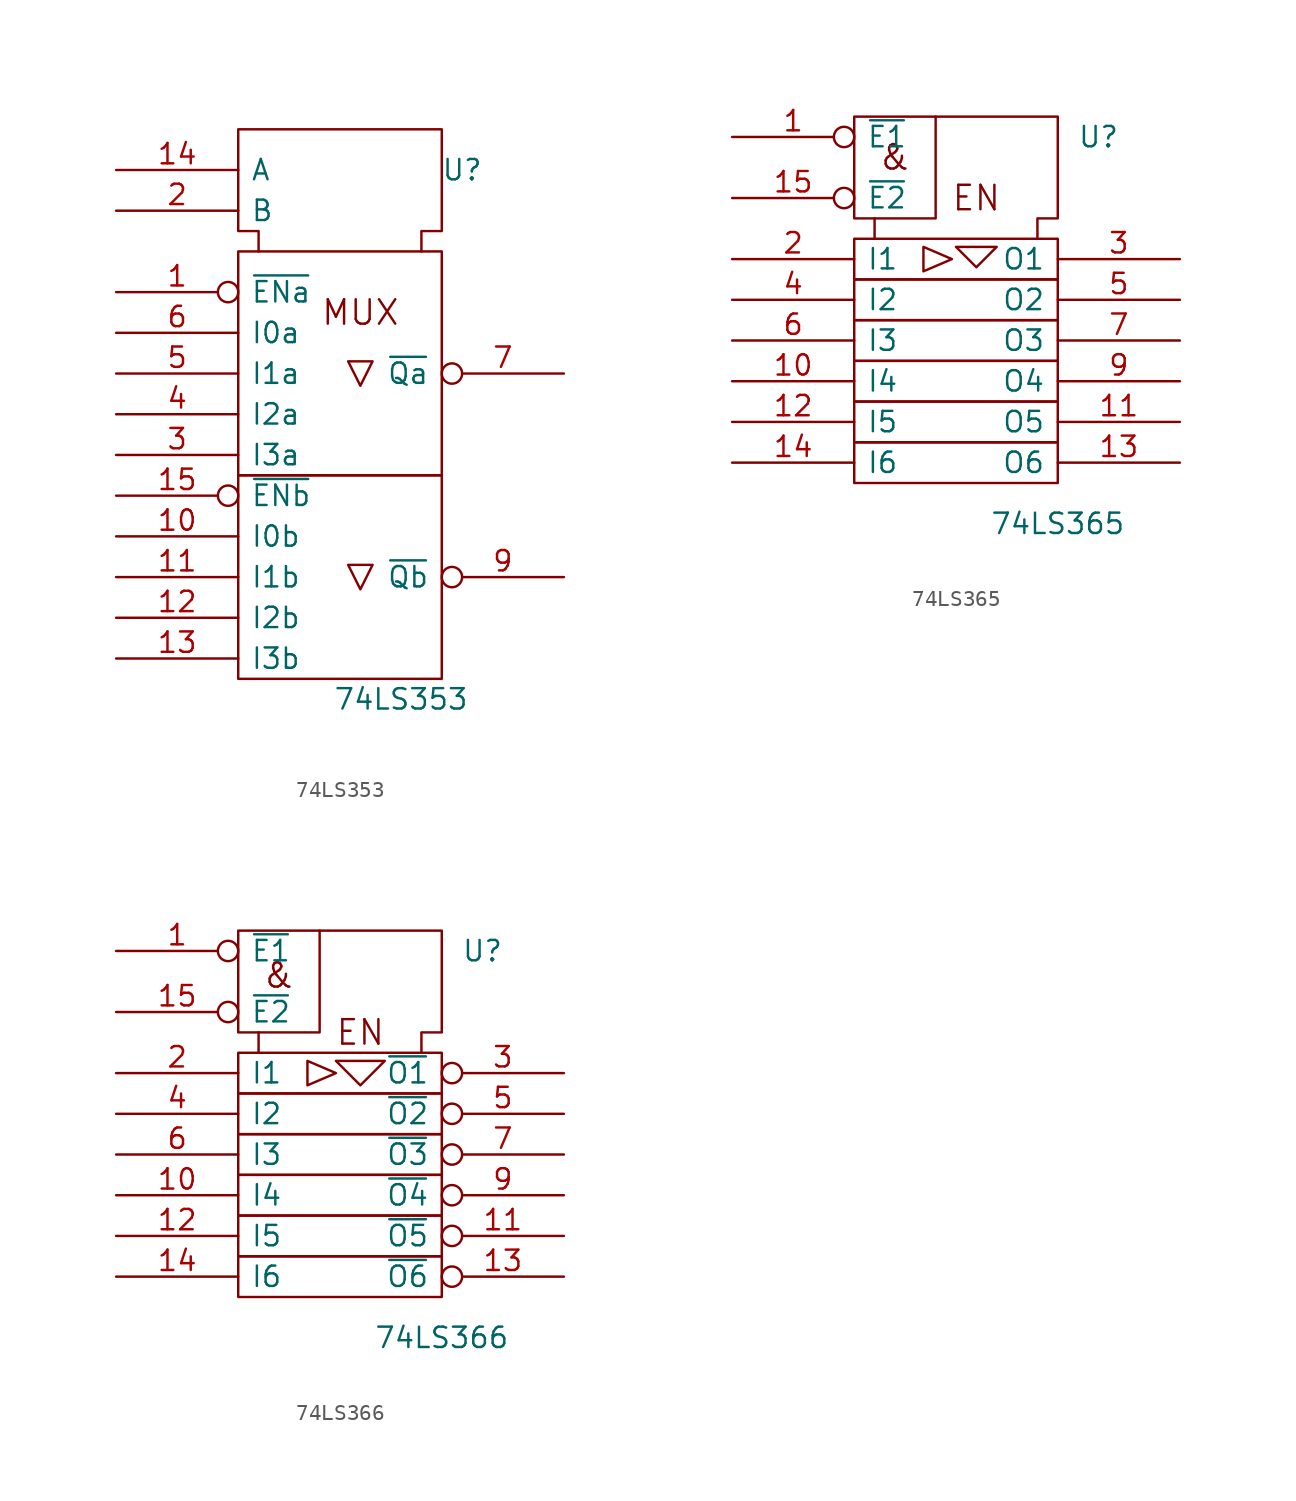
<source format=kicad_sym>
(kicad_symbol_lib
  (version 20201005)
  (generator kicad_symbol_editor)
  (symbol "74xx_IEEE:74LS353"
    (pin_names
      (offset 0.762))
    (property "Reference" "U"
      (at 7.62 16.51 0)
      (effects (font (size 1.27 1.27))))
    (property "Value" "74LS353"
      (at 3.81 -16.51 0)
      (effects (font (size 1.27 1.27))))
    (symbol "74LS353_0_0"
      (text "MUX" (at 1.27 7.62 0) (effects (font (size 1.524 1.524))))
      (rectangle (start -6.35 -2.54) (end 6.35 -15.24) (stroke (width 0)) (fill (type none)))
      (rectangle (start -6.35 11.43) (end 6.35 -2.54) (stroke (width 0)) (fill (type none)))
      (polyline (pts (xy 2.032 -8.128) (xy 0.508 -8.128) (xy 1.27 -9.652) (xy 2.032 -8.128) (xy 2.032 -8.128)) (stroke (width 0)) (fill (type none)))
      (polyline (pts (xy 2.032 4.572) (xy 0.508 4.572) (xy 1.27 3.048) (xy 2.032 4.572) (xy 2.032 4.572)) (stroke (width 0)) (fill (type none)))
      (polyline (pts (xy -5.08 11.43) (xy -5.08 12.7) (xy -6.35 12.7) (xy -6.35 19.05) (xy 6.35 19.05) (xy 6.35 12.7) (xy 5.08 12.7) (xy 5.08 11.43) (xy 5.08 11.43)) (stroke (width 0)) (fill (type none)))
      (pin power_in line (at 3.81 19.05 270) (length 0) hide (name "VCC" (effects (font (size 1.27 1.27)))) (number "16" (effects (font (size 1.27 1.27)))))
      (pin power_in line (at 0 19.05 270) (length 0) hide (name "GND" (effects (font (size 1.27 1.27)))) (number "8" (effects (font (size 1.27 1.27))))))
    (symbol "74LS353_1_1"
      (pin input inverted (at -13.97 8.89 0) (length 7.62) (name "~ENa" (effects (font (size 1.27 1.27)))) (number "1" (effects (font (size 1.27 1.27)))))
      (pin input line (at -13.97 -6.35 0) (length 7.62) (name "I0b" (effects (font (size 1.27 1.27)))) (number "10" (effects (font (size 1.27 1.27)))))
      (pin input line (at -13.97 -8.89 0) (length 7.62) (name "I1b" (effects (font (size 1.27 1.27)))) (number "11" (effects (font (size 1.27 1.27)))))
      (pin input line (at -13.97 -11.43 0) (length 7.62) (name "I2b" (effects (font (size 1.27 1.27)))) (number "12" (effects (font (size 1.27 1.27)))))
      (pin input line (at -13.97 -13.97 0) (length 7.62) (name "I3b" (effects (font (size 1.27 1.27)))) (number "13" (effects (font (size 1.27 1.27)))))
      (pin input line (at -13.97 16.51 0) (length 7.62) (name "A" (effects (font (size 1.27 1.27)))) (number "14" (effects (font (size 1.27 1.27)))))
      (pin input inverted (at -13.97 -3.81 0) (length 7.62) (name "~ENb" (effects (font (size 1.27 1.27)))) (number "15" (effects (font (size 1.27 1.27)))))
      (pin input line (at -13.97 13.97 0) (length 7.62) (name "B" (effects (font (size 1.27 1.27)))) (number "2" (effects (font (size 1.27 1.27)))))
      (pin input line (at -13.97 -1.27 0) (length 7.62) (name "I3a" (effects (font (size 1.27 1.27)))) (number "3" (effects (font (size 1.27 1.27)))))
      (pin input line (at -13.97 1.27 0) (length 7.62) (name "I2a" (effects (font (size 1.27 1.27)))) (number "4" (effects (font (size 1.27 1.27)))))
      (pin input line (at -13.97 3.81 0) (length 7.62) (name "I1a" (effects (font (size 1.27 1.27)))) (number "5" (effects (font (size 1.27 1.27)))))
      (pin input line (at -13.97 6.35 0) (length 7.62) (name "I0a" (effects (font (size 1.27 1.27)))) (number "6" (effects (font (size 1.27 1.27)))))
      (pin tri_state inverted (at 13.97 3.81 180) (length 7.62) (name "~Qa" (effects (font (size 1.27 1.27)))) (number "7" (effects (font (size 1.27 1.27)))))
      (pin tri_state inverted (at 13.97 -8.89 180) (length 7.62) (name "~Qb" (effects (font (size 1.27 1.27)))) (number "9" (effects (font (size 1.27 1.27)))))))
  (symbol "74xx_IEEE:74LS365"
    (pin_names
      (offset 0.762))
    (property "Reference" "U"
      (at 8.89 12.7 0)
      (effects (font (size 1.27 1.27))))
    (property "Value" "74LS365"
      (at 6.35 -11.43 0)
      (effects (font (size 1.27 1.27))))
    (symbol "74LS365_0_0"
      (text "&" (at -3.81 11.43 0) (effects (font (size 1.524 1.524))))
      (text "EN" (at 1.27 8.89 0) (effects (font (size 1.524 1.524))))
      (polyline (pts (xy -2.032 5.842) (xy -2.032 4.318) (xy -0.254 5.08) (xy -2.032 5.842) (xy -2.032 5.842)) (stroke (width 0)) (fill (type none)))
      (pin power_in line (at 1.27 13.97 270) (length 0) hide (name "GND" (effects (font (size 1.27 1.27)))) (number "8" (effects (font (size 1.27 1.27))))))
    (symbol "74LS365_0_1"
      (rectangle (start -6.35 -6.35) (end 6.35 -8.89) (stroke (width 0)) (fill (type none)))
      (rectangle (start -6.35 -3.81) (end 6.35 -6.35) (stroke (width 0)) (fill (type none)))
      (rectangle (start -6.35 -1.27) (end 6.35 -3.81) (stroke (width 0)) (fill (type none)))
      (rectangle (start -6.35 1.27) (end 6.35 -1.27) (stroke (width 0)) (fill (type none)))
      (rectangle (start -6.35 3.81) (end 6.35 1.27) (stroke (width 0)) (fill (type none)))
      (rectangle (start -6.35 6.35) (end 6.35 3.81) (stroke (width 0)) (fill (type none)))
      (polyline (pts (xy -1.27 13.97) (xy -1.27 7.62) (xy -5.08 7.62) (xy -5.08 7.62)) (stroke (width 0)) (fill (type none)))
      (polyline (pts (xy 0 5.842) (xy 2.54 5.842) (xy 1.27 4.572) (xy 0 5.842) (xy 0 5.842)) (stroke (width 0)) (fill (type none)))
      (polyline (pts (xy -5.08 6.35) (xy -5.08 7.62) (xy -6.35 7.62) (xy -6.35 13.97) (xy 6.35 13.97) (xy 6.35 7.62) (xy 5.08 7.62) (xy 5.08 6.35) (xy 5.08 6.35)) (stroke (width 0)) (fill (type none)))
      (pin power_in line (at 5.08 13.97 270) (length 0) hide (name "VCC" (effects (font (size 1.27 1.27)))) (number "16" (effects (font (size 1.27 1.27))))))
    (symbol "74LS365_1_1"
      (pin input inverted (at -13.97 12.7 0) (length 7.62) (name "~E1" (effects (font (size 1.27 1.27)))) (number "1" (effects (font (size 1.27 1.27)))))
      (pin input line (at -13.97 -2.54 0) (length 7.62) (name "I4" (effects (font (size 1.27 1.27)))) (number "10" (effects (font (size 1.27 1.27)))))
      (pin tri_state line (at 13.97 -5.08 180) (length 7.62) (name "O5" (effects (font (size 1.27 1.27)))) (number "11" (effects (font (size 1.27 1.27)))))
      (pin input line (at -13.97 -5.08 0) (length 7.62) (name "I5" (effects (font (size 1.27 1.27)))) (number "12" (effects (font (size 1.27 1.27)))))
      (pin tri_state line (at 13.97 -7.62 180) (length 7.62) (name "O6" (effects (font (size 1.27 1.27)))) (number "13" (effects (font (size 1.27 1.27)))))
      (pin input line (at -13.97 -7.62 0) (length 7.62) (name "I6" (effects (font (size 1.27 1.27)))) (number "14" (effects (font (size 1.27 1.27)))))
      (pin input inverted (at -13.97 8.89 0) (length 7.62) (name "~E2" (effects (font (size 1.27 1.27)))) (number "15" (effects (font (size 1.27 1.27)))))
      (pin input line (at -13.97 5.08 0) (length 7.62) (name "I1" (effects (font (size 1.27 1.27)))) (number "2" (effects (font (size 1.27 1.27)))))
      (pin tri_state line (at 13.97 5.08 180) (length 7.62) (name "O1" (effects (font (size 1.27 1.27)))) (number "3" (effects (font (size 1.27 1.27)))))
      (pin input line (at -13.97 2.54 0) (length 7.62) (name "I2" (effects (font (size 1.27 1.27)))) (number "4" (effects (font (size 1.27 1.27)))))
      (pin tri_state line (at 13.97 2.54 180) (length 7.62) (name "O2" (effects (font (size 1.27 1.27)))) (number "5" (effects (font (size 1.27 1.27)))))
      (pin input line (at -13.97 0 0) (length 7.62) (name "I3" (effects (font (size 1.27 1.27)))) (number "6" (effects (font (size 1.27 1.27)))))
      (pin tri_state line (at 13.97 0 180) (length 7.62) (name "O3" (effects (font (size 1.27 1.27)))) (number "7" (effects (font (size 1.27 1.27)))))
      (pin tri_state line (at 13.97 -2.54 180) (length 7.62) (name "O4" (effects (font (size 1.27 1.27)))) (number "9" (effects (font (size 1.27 1.27)))))))
  (symbol "74xx_IEEE:74LS366"
    (pin_names
      (offset 0.762))
    (property "Reference" "U"
      (at 8.89 12.7 0)
      (effects (font (size 1.27 1.27))))
    (property "Value" "74LS366"
      (at 6.35 -11.43 0)
      (effects (font (size 1.27 1.27))))
    (symbol "74LS366_0_0"
      (text "&" (at -3.81 11.176 0) (effects (font (size 1.524 1.524))))
      (text "EN" (at 1.27 7.62 0) (effects (font (size 1.524 1.524))))
      (polyline (pts (xy -2.032 5.842) (xy -2.032 4.318) (xy -0.254 5.08) (xy -2.032 5.842) (xy -2.032 5.842)) (stroke (width 0)) (fill (type none)))
      (polyline (pts (xy -0.254 5.842) (xy 1.27 4.318) (xy 2.794 5.842) (xy -0.254 5.842) (xy -0.254 5.842)) (stroke (width 0)) (fill (type none)))
      (pin power_in line (at 1.27 13.97 270) (length 0) hide (name "GND" (effects (font (size 1.27 1.27)))) (number "8" (effects (font (size 1.27 1.27))))))
    (symbol "74LS366_0_1"
      (rectangle (start -6.35 -6.35) (end 6.35 -8.89) (stroke (width 0)) (fill (type none)))
      (rectangle (start -6.35 -3.81) (end 6.35 -6.35) (stroke (width 0)) (fill (type none)))
      (rectangle (start -6.35 -1.27) (end 6.35 -3.81) (stroke (width 0)) (fill (type none)))
      (rectangle (start -6.35 1.27) (end 6.35 -1.27) (stroke (width 0)) (fill (type none)))
      (rectangle (start -6.35 3.81) (end 6.35 1.27) (stroke (width 0)) (fill (type none)))
      (rectangle (start -6.35 6.35) (end 6.35 3.81) (stroke (width 0)) (fill (type none)))
      (polyline (pts (xy -1.27 13.97) (xy -1.27 7.62) (xy -5.08 7.62) (xy -5.08 7.62)) (stroke (width 0)) (fill (type none)))
      (polyline (pts (xy -5.08 6.35) (xy -5.08 7.62) (xy -6.35 7.62) (xy -6.35 13.97) (xy 6.35 13.97) (xy 6.35 7.62) (xy 5.08 7.62) (xy 5.08 6.35) (xy 5.08 6.35)) (stroke (width 0)) (fill (type none)))
      (pin power_in line (at 5.08 13.97 270) (length 0) hide (name "VCC" (effects (font (size 1.27 1.27)))) (number "16" (effects (font (size 1.27 1.27))))))
    (symbol "74LS366_1_1"
      (pin input inverted (at -13.97 12.7 0) (length 7.62) (name "~E1" (effects (font (size 1.27 1.27)))) (number "1" (effects (font (size 1.27 1.27)))))
      (pin input line (at -13.97 -2.54 0) (length 7.62) (name "I4" (effects (font (size 1.27 1.27)))) (number "10" (effects (font (size 1.27 1.27)))))
      (pin tri_state inverted (at 13.97 -5.08 180) (length 7.62) (name "~O5" (effects (font (size 1.27 1.27)))) (number "11" (effects (font (size 1.27 1.27)))))
      (pin input line (at -13.97 -5.08 0) (length 7.62) (name "I5" (effects (font (size 1.27 1.27)))) (number "12" (effects (font (size 1.27 1.27)))))
      (pin tri_state inverted (at 13.97 -7.62 180) (length 7.62) (name "~O6" (effects (font (size 1.27 1.27)))) (number "13" (effects (font (size 1.27 1.27)))))
      (pin input line (at -13.97 -7.62 0) (length 7.62) (name "I6" (effects (font (size 1.27 1.27)))) (number "14" (effects (font (size 1.27 1.27)))))
      (pin input inverted (at -13.97 8.89 0) (length 7.62) (name "~E2" (effects (font (size 1.27 1.27)))) (number "15" (effects (font (size 1.27 1.27)))))
      (pin input line (at -13.97 5.08 0) (length 7.62) (name "I1" (effects (font (size 1.27 1.27)))) (number "2" (effects (font (size 1.27 1.27)))))
      (pin tri_state inverted (at 13.97 5.08 180) (length 7.62) (name "~O1" (effects (font (size 1.27 1.27)))) (number "3" (effects (font (size 1.27 1.27)))))
      (pin input line (at -13.97 2.54 0) (length 7.62) (name "I2" (effects (font (size 1.27 1.27)))) (number "4" (effects (font (size 1.27 1.27)))))
      (pin tri_state inverted (at 13.97 2.54 180) (length 7.62) (name "~O2" (effects (font (size 1.27 1.27)))) (number "5" (effects (font (size 1.27 1.27)))))
      (pin input line (at -13.97 0 0) (length 7.62) (name "I3" (effects (font (size 1.27 1.27)))) (number "6" (effects (font (size 1.27 1.27)))))
      (pin tri_state inverted (at 13.97 0 180) (length 7.62) (name "~O3" (effects (font (size 1.27 1.27)))) (number "7" (effects (font (size 1.27 1.27)))))
      (pin tri_state inverted (at 13.97 -2.54 180) (length 7.62) (name "~O4" (effects (font (size 1.27 1.27)))) (number "9" (effects (font (size 1.27 1.27))))))))
</source>
